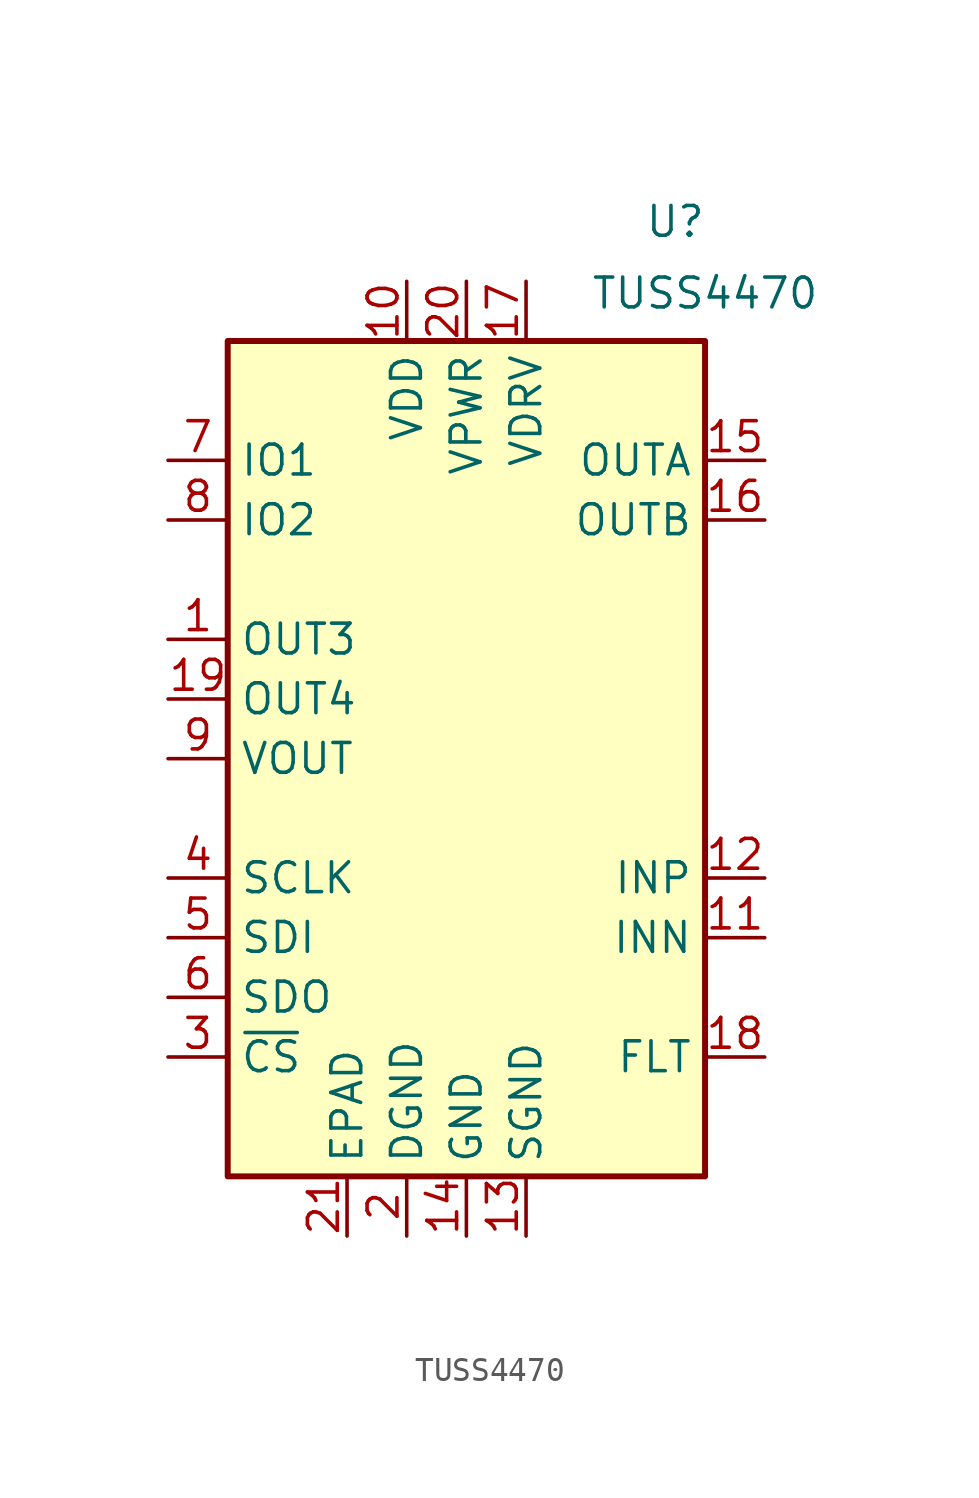
<source format=kicad_sym>
(kicad_symbol_lib
  (version 20241209)
  (generator "kicad_symbol_editor")
  (generator_version "9.0")
  (symbol "TUSS4470"
    (property "Reference" "U"
      (at 8.89 22.86 0)
      (effects (font (size 1.27 1.27))))
    (property "Value" "TUSS4470"
      (at 10.16 19.812 0)
      (effects (font (size 1.27 1.27))))
    (symbol "TUSS4470_1_1"
      (rectangle (start -10.16 17.78) (end 10.16 -17.78) (stroke (width 0.254) (type solid)) (fill (type background)))
      (pin input line (at -12.7 12.7 0) (length 2.54) (name "IO1" (effects (font (size 1.27 1.27)))) (number "7" (effects (font (size 1.27 1.27)))))
      (pin input line (at -12.7 10.16 0) (length 2.54) (name "IO2" (effects (font (size 1.27 1.27)))) (number "8" (effects (font (size 1.27 1.27)))))
      (pin output line (at -12.7 5.08 0) (length 2.54) (name "OUT3" (effects (font (size 1.27 1.27)))) (number "1" (effects (font (size 1.27 1.27)))))
      (pin output line (at -12.7 2.54 0) (length 2.54) (name "OUT4" (effects (font (size 1.27 1.27)))) (number "19" (effects (font (size 1.27 1.27)))))
      (pin output line (at -12.7 0 0) (length 2.54) (name "VOUT" (effects (font (size 1.27 1.27)))) (number "9" (effects (font (size 1.27 1.27)))))
      (pin input line (at -12.7 -5.08 0) (length 2.54) (name "SCLK" (effects (font (size 1.27 1.27)))) (number "4" (effects (font (size 1.27 1.27)))))
      (pin input line (at -12.7 -7.62 0) (length 2.54) (name "SDI" (effects (font (size 1.27 1.27)))) (number "5" (effects (font (size 1.27 1.27)))))
      (pin tri_state line (at -12.7 -10.16 0) (length 2.54) (name "SDO" (effects (font (size 1.27 1.27)))) (number "6" (effects (font (size 1.27 1.27)))))
      (pin input line (at -12.7 -12.7 0) (length 2.54) (name "~{CS}" (effects (font (size 1.27 1.27)))) (number "3" (effects (font (size 1.27 1.27)))))
      (pin passive line (at -5.08 -20.32 90) (length 2.54) (name "EPAD" (effects (font (size 1.27 1.27)))) (number "21" (effects (font (size 1.27 1.27)))))
      (pin power_in line (at -2.54 20.32 270) (length 2.54) (name "VDD" (effects (font (size 1.27 1.27)))) (number "10" (effects (font (size 1.27 1.27)))))
      (pin power_in line (at -2.54 -20.32 90) (length 2.54) (name "DGND" (effects (font (size 1.27 1.27)))) (number "2" (effects (font (size 1.27 1.27)))))
      (pin power_in line (at 0 20.32 270) (length 2.54) (name "VPWR" (effects (font (size 1.27 1.27)))) (number "20" (effects (font (size 1.27 1.27)))))
      (pin power_in line (at 0 -20.32 90) (length 2.54) (name "GND" (effects (font (size 1.27 1.27)))) (number "14" (effects (font (size 1.27 1.27)))))
      (pin power_in line (at 2.54 20.32 270) (length 2.54) (name "VDRV" (effects (font (size 1.27 1.27)))) (number "17" (effects (font (size 1.27 1.27)))))
      (pin power_in line (at 2.54 -20.32 90) (length 2.54) (name "SGND" (effects (font (size 1.27 1.27)))) (number "13" (effects (font (size 1.27 1.27)))))
      (pin tri_state line (at 12.7 12.7 180) (length 2.54) (name "OUTA" (effects (font (size 1.27 1.27)))) (number "15" (effects (font (size 1.27 1.27)))))
      (pin tri_state line (at 12.7 10.16 180) (length 2.54) (name "OUTB" (effects (font (size 1.27 1.27)))) (number "16" (effects (font (size 1.27 1.27)))))
      (pin input line (at 12.7 -5.08 180) (length 2.54) (name "INP" (effects (font (size 1.27 1.27)))) (number "12" (effects (font (size 1.27 1.27)))))
      (pin input line (at 12.7 -7.62 180) (length 2.54) (name "INN" (effects (font (size 1.27 1.27)))) (number "11" (effects (font (size 1.27 1.27)))))
      (pin bidirectional line (at 12.7 -12.7 180) (length 2.54) (name "FLT" (effects (font (size 1.27 1.27)))) (number "18" (effects (font (size 1.27 1.27))))))))
</source>
